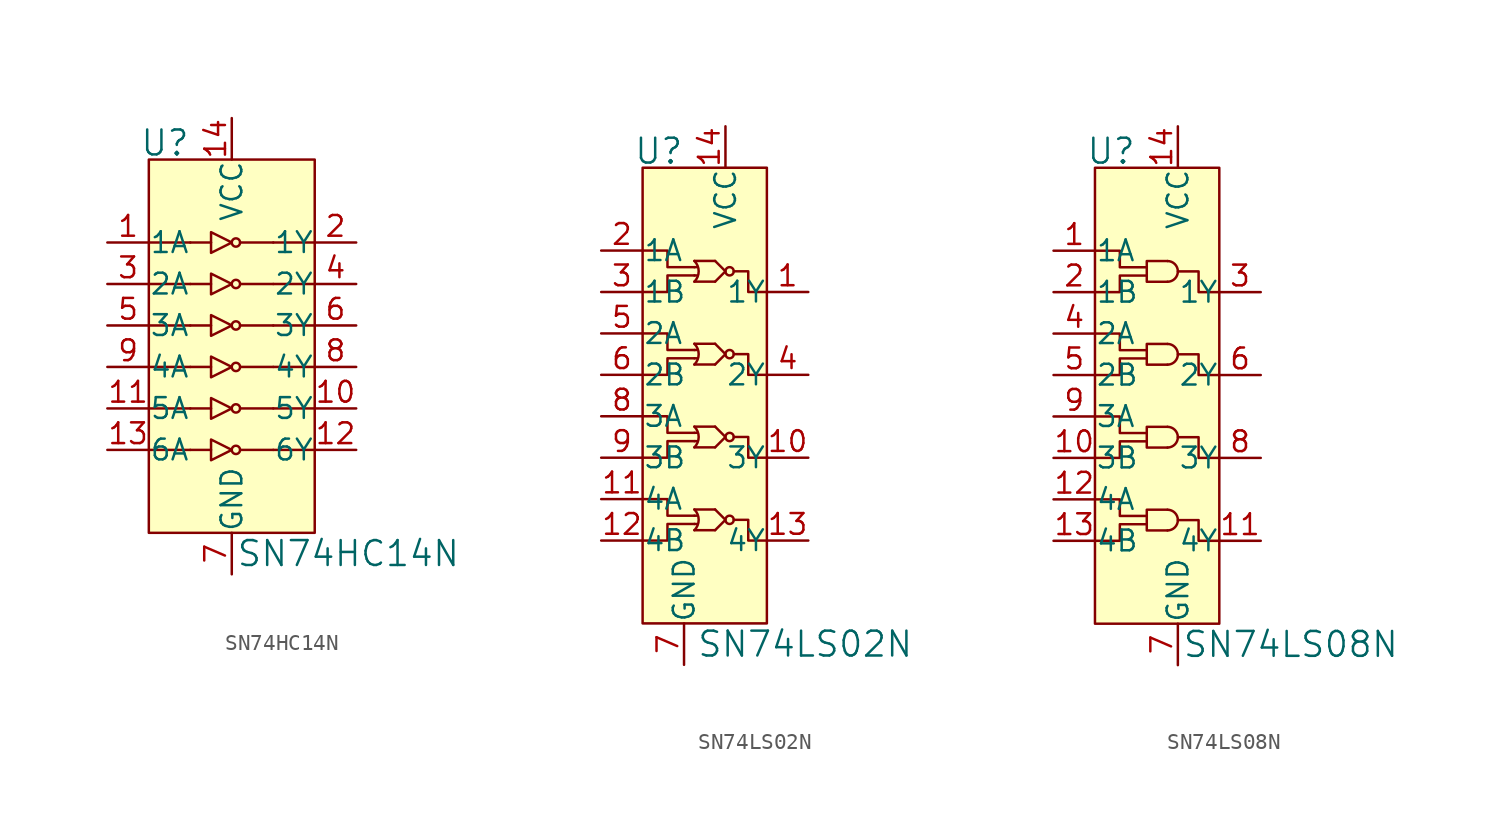
<source format=kicad_sym>
(kicad_symbol_lib
  (version 20220914)
  (generator kicad_symbol_editor)
  (symbol "SN74HC14N"
    (pin_names
      (offset 0.025))
    (property "Reference" "U"
      (at -2.54 13.716 0)
      (effects (font (size 1.524 1.524)) (justify right)))
    (property "Value" "SN74HC14N"
      (at 0.254 -11.43 0)
      (effects (font (size 1.524 1.524)) (justify left)))
    (symbol "SN74HC14N_0_1"
      (rectangle (start -5.08 12.7) (end 5.08 -10.16) (stroke (width 0) (type solid)) (fill (type background)))
      (polyline (pts (xy -2.54 -5.08) (xy -5.08 -5.08)) (stroke (width 0) (type solid)) (fill (type none)))
      (polyline (pts (xy -2.54 -2.54) (xy -5.08 -2.54)) (stroke (width 0) (type solid)) (fill (type none)))
      (polyline (pts (xy -2.54 -2.54) (xy -1.27 -2.54)) (stroke (width 0) (type solid)) (fill (type none)))
      (polyline (pts (xy -2.54 0) (xy -5.08 0)) (stroke (width 0) (type solid)) (fill (type none)))
      (polyline (pts (xy -2.54 2.54) (xy -5.08 2.54)) (stroke (width 0) (type solid)) (fill (type none)))
      (polyline (pts (xy -2.54 2.54) (xy -1.27 2.54)) (stroke (width 0) (type solid)) (fill (type none)))
      (polyline (pts (xy -2.54 5.08) (xy -5.08 5.08)) (stroke (width 0) (type solid)) (fill (type none)))
      (polyline (pts (xy -2.54 7.62) (xy -5.08 7.62)) (stroke (width 0) (type solid)) (fill (type none)))
      (polyline (pts (xy -1.27 -5.08) (xy -2.54 -5.08)) (stroke (width 0) (type solid)) (fill (type none)))
      (polyline (pts (xy -1.27 0) (xy -2.54 0)) (stroke (width 0) (type solid)) (fill (type none)))
      (polyline (pts (xy -1.27 5.08) (xy -2.54 5.08)) (stroke (width 0) (type solid)) (fill (type none)))
      (polyline (pts (xy -1.27 7.62) (xy -2.54 7.62)) (stroke (width 0) (type solid)) (fill (type none)))
      (polyline (pts (xy 0.508 -5.08) (xy 2.54 -5.08)) (stroke (width 0) (type solid)) (fill (type none)))
      (polyline (pts (xy 0.508 0) (xy 2.54 0)) (stroke (width 0) (type solid)) (fill (type none)))
      (polyline (pts (xy 0.508 2.54) (xy 2.54 2.54)) (stroke (width 0) (type solid)) (fill (type none)))
      (polyline (pts (xy 0.508 5.08) (xy 2.54 5.08)) (stroke (width 0) (type solid)) (fill (type none)))
      (polyline (pts (xy 2.54 -2.54) (xy 0.508 -2.54)) (stroke (width 0) (type solid)) (fill (type none)))
      (polyline (pts (xy 2.54 7.62) (xy 0.508 7.62)) (stroke (width 0) (type solid)) (fill (type none)))
      (polyline (pts (xy 5.08 -5.08) (xy 2.54 -5.08)) (stroke (width 0) (type solid)) (fill (type none)))
      (polyline (pts (xy 5.08 -2.54) (xy 2.54 -2.54)) (stroke (width 0) (type solid)) (fill (type none)))
      (polyline (pts (xy 5.08 0) (xy 2.54 0)) (stroke (width 0) (type solid)) (fill (type none)))
      (polyline (pts (xy 5.08 2.54) (xy 2.54 2.54)) (stroke (width 0) (type solid)) (fill (type none)))
      (polyline (pts (xy 5.08 5.08) (xy 2.54 5.08)) (stroke (width 0) (type solid)) (fill (type none)))
      (polyline (pts (xy 5.08 7.62) (xy 2.54 7.62)) (stroke (width 0) (type solid)) (fill (type none)))
      (polyline (pts (xy -1.27 -4.445) (xy -1.27 -5.715) (xy 0 -5.08) (xy -1.27 -4.445)) (stroke (width 0) (type solid)) (fill (type none)))
      (polyline (pts (xy -1.27 -1.905) (xy -1.27 -3.175) (xy 0 -2.54) (xy -1.27 -1.905)) (stroke (width 0) (type solid)) (fill (type none)))
      (polyline (pts (xy -1.27 0.635) (xy -1.27 -0.635) (xy 0 0) (xy -1.27 0.635)) (stroke (width 0) (type solid)) (fill (type none)))
      (polyline (pts (xy -1.27 3.175) (xy -1.27 1.905) (xy 0 2.54) (xy -1.27 3.175)) (stroke (width 0) (type solid)) (fill (type none)))
      (polyline (pts (xy -1.27 5.715) (xy -1.27 4.445) (xy 0 5.08) (xy -1.27 5.715)) (stroke (width 0) (type solid)) (fill (type none)))
      (polyline (pts (xy -1.27 8.255) (xy -1.27 6.985) (xy 0 7.62) (xy -1.27 8.255)) (stroke (width 0) (type solid)) (fill (type none)))
      (circle (center 0.254 -5.08) (radius 0.254) (stroke (width 0) (type solid)) (fill (type none)))
      (circle (center 0.254 -2.54) (radius 0.254) (stroke (width 0) (type solid)) (fill (type none)))
      (circle (center 0.254 0) (radius 0.254) (stroke (width 0) (type solid)) (fill (type none)))
      (circle (center 0.254 2.54) (radius 0.254) (stroke (width 0) (type solid)) (fill (type none)))
      (circle (center 0.254 5.08) (radius 0.254) (stroke (width 0) (type solid)) (fill (type none)))
      (circle (center 0.254 7.62) (radius 0.254) (stroke (width 0) (type solid)) (fill (type none))))
    (symbol "SN74HC14N_1_1"
      (pin input line (at -7.62 7.62 0) (length 2.54) (name "1A" (effects (font (size 1.27 1.27)))) (number "1" (effects (font (size 1.27 1.27)))))
      (pin output line (at 7.62 -2.54 180) (length 2.54) (name "5Y" (effects (font (size 1.27 1.27)))) (number "10" (effects (font (size 1.27 1.27)))))
      (pin input line (at -7.62 -2.54 0) (length 2.54) (name "5A" (effects (font (size 1.27 1.27)))) (number "11" (effects (font (size 1.27 1.27)))))
      (pin output line (at 7.62 -5.08 180) (length 2.54) (name "6Y" (effects (font (size 1.27 1.27)))) (number "12" (effects (font (size 1.27 1.27)))))
      (pin input line (at -7.62 -5.08 0) (length 2.54) (name "6A" (effects (font (size 1.27 1.27)))) (number "13" (effects (font (size 1.27 1.27)))))
      (pin power_in line (at 0 15.24 270) (length 2.54) (name "VCC" (effects (font (size 1.27 1.27)))) (number "14" (effects (font (size 1.27 1.27)))))
      (pin output line (at 7.62 7.62 180) (length 2.54) (name "1Y" (effects (font (size 1.27 1.27)))) (number "2" (effects (font (size 1.27 1.27)))))
      (pin input line (at -7.62 5.08 0) (length 2.54) (name "2A" (effects (font (size 1.27 1.27)))) (number "3" (effects (font (size 1.27 1.27)))))
      (pin output line (at 7.62 5.08 180) (length 2.54) (name "2Y" (effects (font (size 1.27 1.27)))) (number "4" (effects (font (size 1.27 1.27)))))
      (pin input line (at -7.62 2.54 0) (length 2.54) (name "3A" (effects (font (size 1.27 1.27)))) (number "5" (effects (font (size 1.27 1.27)))))
      (pin output line (at 7.62 2.54 180) (length 2.54) (name "3Y" (effects (font (size 1.27 1.27)))) (number "6" (effects (font (size 1.27 1.27)))))
      (pin power_in line (at 0 -12.7 90) (length 2.54) (name "GND" (effects (font (size 1.27 1.27)))) (number "7" (effects (font (size 1.27 1.27)))))
      (pin output line (at 7.62 0 180) (length 2.54) (name "4Y" (effects (font (size 1.27 1.27)))) (number "8" (effects (font (size 1.27 1.27)))))
      (pin input line (at -7.62 0 0) (length 2.54) (name "4A" (effects (font (size 1.27 1.27)))) (number "9" (effects (font (size 1.27 1.27)))))))
  (symbol "SN74LS02N"
    (pin_names
      (offset 0.025))
    (property "Reference" "U"
      (at -2.54 8.636 0)
      (effects (font (size 1.524 1.524)) (justify right)))
    (property "Value" "SN74LS02N"
      (at -1.778 -21.59 0)
      (effects (font (size 1.524 1.524)) (justify left)))
    (symbol "SN74LS02N_0_1"
      (rectangle (start -5.08 7.62) (end 2.54 -20.32) (stroke (width 0) (type solid)) (fill (type background)))
      (arc (start -1.905 -14.605) (mid -1.642 -13.97) (end -1.905 -13.335) (stroke (width 0) (type solid)) (fill (type none)))
      (arc (start -1.905 -9.525) (mid -1.642 -8.89) (end -1.905 -8.255) (stroke (width 0) (type solid)) (fill (type none)))
      (arc (start -1.905 -4.445) (mid -1.642 -3.81) (end -1.905 -3.175) (stroke (width 0) (type solid)) (fill (type none)))
      (arc (start -1.905 0.635) (mid -1.642 1.27) (end -1.905 1.905) (stroke (width 0) (type solid)) (fill (type none)))
      (polyline (pts (xy -1.905 -14.224) (xy -1.778 -14.224)) (stroke (width 0) (type solid)) (fill (type none)))
      (polyline (pts (xy -1.905 -13.716) (xy -1.778 -13.716)) (stroke (width 0) (type solid)) (fill (type none)))
      (polyline (pts (xy -1.905 -9.144) (xy -1.778 -9.144)) (stroke (width 0) (type solid)) (fill (type none)))
      (polyline (pts (xy -1.905 -8.636) (xy -1.778 -8.636)) (stroke (width 0) (type solid)) (fill (type none)))
      (polyline (pts (xy -1.905 -4.064) (xy -1.778 -4.064)) (stroke (width 0) (type solid)) (fill (type none)))
      (polyline (pts (xy -1.905 -3.556) (xy -1.778 -3.556)) (stroke (width 0) (type solid)) (fill (type none)))
      (polyline (pts (xy -1.905 1.016) (xy -1.778 1.016)) (stroke (width 0) (type solid)) (fill (type none)))
      (polyline (pts (xy -1.905 1.524) (xy -1.778 1.524)) (stroke (width 0) (type solid)) (fill (type none)))
      (polyline (pts (xy -0.635 -14.605) (xy -1.905 -14.605)) (stroke (width 0) (type solid)) (fill (type none)))
      (polyline (pts (xy -0.635 -13.335) (xy -1.905 -13.335)) (stroke (width 0) (type solid)) (fill (type none)))
      (polyline (pts (xy -0.635 -9.525) (xy -1.905 -9.525)) (stroke (width 0) (type solid)) (fill (type none)))
      (polyline (pts (xy -0.635 -8.255) (xy -1.905 -8.255)) (stroke (width 0) (type solid)) (fill (type none)))
      (polyline (pts (xy -0.635 -4.445) (xy -1.905 -4.445)) (stroke (width 0) (type solid)) (fill (type none)))
      (polyline (pts (xy -0.635 -3.175) (xy -1.905 -3.175)) (stroke (width 0) (type solid)) (fill (type none)))
      (polyline (pts (xy -0.635 0.635) (xy -1.905 0.635)) (stroke (width 0) (type solid)) (fill (type none)))
      (polyline (pts (xy -0.635 1.905) (xy -1.905 1.905)) (stroke (width 0) (type solid)) (fill (type none)))
      (polyline (pts (xy -0.635 -13.335) (xy 0 -13.97) (xy -0.635 -14.605)) (stroke (width 0) (type solid)) (fill (type none)))
      (polyline (pts (xy -0.635 -8.255) (xy 0 -8.89) (xy -0.635 -9.525)) (stroke (width 0) (type solid)) (fill (type none)))
      (polyline (pts (xy -0.635 -3.175) (xy 0 -3.81) (xy -0.635 -4.445)) (stroke (width 0) (type solid)) (fill (type none)))
      (polyline (pts (xy -0.635 1.905) (xy 0 1.27) (xy -0.635 0.635)) (stroke (width 0) (type solid)) (fill (type none)))
      (polyline (pts (xy -5.08 -15.24) (xy -3.556 -15.24) (xy -3.556 -14.224) (xy -1.905 -14.224)) (stroke (width 0) (type solid)) (fill (type none)))
      (polyline (pts (xy -5.08 -10.16) (xy -3.556 -10.16) (xy -3.556 -9.144) (xy -1.905 -9.144)) (stroke (width 0) (type solid)) (fill (type none)))
      (polyline (pts (xy -5.08 -5.08) (xy -3.556 -5.08) (xy -3.556 -4.064) (xy -1.905 -4.064)) (stroke (width 0) (type solid)) (fill (type none)))
      (polyline (pts (xy -5.08 0) (xy -3.556 0) (xy -3.556 1.016) (xy -1.905 1.016)) (stroke (width 0) (type solid)) (fill (type none)))
      (polyline (pts (xy -1.905 -13.716) (xy -3.556 -13.716) (xy -3.556 -12.7) (xy -5.08 -12.7)) (stroke (width 0) (type solid)) (fill (type none)))
      (polyline (pts (xy -1.905 -8.636) (xy -3.556 -8.636) (xy -3.556 -7.62) (xy -5.08 -7.62)) (stroke (width 0) (type solid)) (fill (type none)))
      (polyline (pts (xy -1.905 -3.556) (xy -3.556 -3.556) (xy -3.556 -2.54) (xy -5.08 -2.54)) (stroke (width 0) (type solid)) (fill (type none)))
      (polyline (pts (xy -1.905 1.524) (xy -3.556 1.524) (xy -3.556 2.54) (xy -5.08 2.54)) (stroke (width 0) (type solid)) (fill (type none)))
      (polyline (pts (xy 0.508 -13.97) (xy 1.397 -13.97) (xy 1.397 -15.24) (xy 2.54 -15.24)) (stroke (width 0) (type solid)) (fill (type none)))
      (polyline (pts (xy 0.508 -8.89) (xy 1.397 -8.89) (xy 1.397 -10.16) (xy 2.54 -10.16)) (stroke (width 0) (type solid)) (fill (type none)))
      (polyline (pts (xy 0.508 -3.81) (xy 1.397 -3.81) (xy 1.397 -5.08) (xy 2.54 -5.08)) (stroke (width 0) (type solid)) (fill (type none)))
      (polyline (pts (xy 0.508 1.27) (xy 1.397 1.27) (xy 1.397 0) (xy 2.54 0)) (stroke (width 0) (type solid)) (fill (type none)))
      (circle (center 0.254 -13.97) (radius 0.254) (stroke (width 0) (type solid)) (fill (type none)))
      (circle (center 0.254 -8.89) (radius 0.254) (stroke (width 0) (type solid)) (fill (type none)))
      (circle (center 0.254 -3.81) (radius 0.254) (stroke (width 0) (type solid)) (fill (type none)))
      (circle (center 0.254 1.27) (radius 0.254) (stroke (width 0) (type solid)) (fill (type none))))
    (symbol "SN74LS02N_1_1"
      (pin output line (at 5.08 0 180) (length 2.54) (name "1Y" (effects (font (size 1.27 1.27)))) (number "1" (effects (font (size 1.27 1.27)))))
      (pin output line (at 5.08 -10.16 180) (length 2.54) (name "3Y" (effects (font (size 1.27 1.27)))) (number "10" (effects (font (size 1.27 1.27)))))
      (pin input line (at -7.62 -12.7 0) (length 2.54) (name "4A" (effects (font (size 1.27 1.27)))) (number "11" (effects (font (size 1.27 1.27)))))
      (pin input line (at -7.62 -15.24 0) (length 2.54) (name "4B" (effects (font (size 1.27 1.27)))) (number "12" (effects (font (size 1.27 1.27)))))
      (pin output line (at 5.08 -15.24 180) (length 2.54) (name "4Y" (effects (font (size 1.27 1.27)))) (number "13" (effects (font (size 1.27 1.27)))))
      (pin power_in line (at 0 10.16 270) (length 2.54) (name "VCC" (effects (font (size 1.27 1.27)))) (number "14" (effects (font (size 1.27 1.27)))))
      (pin input line (at -7.62 2.54 0) (length 2.54) (name "1A" (effects (font (size 1.27 1.27)))) (number "2" (effects (font (size 1.27 1.27)))))
      (pin input line (at -7.62 0 0) (length 2.54) (name "1B" (effects (font (size 1.27 1.27)))) (number "3" (effects (font (size 1.27 1.27)))))
      (pin output line (at 5.08 -5.08 180) (length 2.54) (name "2Y" (effects (font (size 1.27 1.27)))) (number "4" (effects (font (size 1.27 1.27)))))
      (pin input line (at -7.62 -2.54 0) (length 2.54) (name "2A" (effects (font (size 1.27 1.27)))) (number "5" (effects (font (size 1.27 1.27)))))
      (pin input line (at -7.62 -5.08 0) (length 2.54) (name "2B" (effects (font (size 1.27 1.27)))) (number "6" (effects (font (size 1.27 1.27)))))
      (pin power_in line (at -2.54 -22.86 90) (length 2.54) (name "GND" (effects (font (size 1.27 1.27)))) (number "7" (effects (font (size 1.27 1.27)))))
      (pin input line (at -7.62 -7.62 0) (length 2.54) (name "3A" (effects (font (size 1.27 1.27)))) (number "8" (effects (font (size 1.27 1.27)))))
      (pin input line (at -7.62 -10.16 0) (length 2.54) (name "3B" (effects (font (size 1.27 1.27)))) (number "9" (effects (font (size 1.27 1.27)))))))
  (symbol "SN74LS08N"
    (pin_names
      (offset 0.025))
    (property "Reference" "U"
      (at -2.54 8.636 0)
      (effects (font (size 1.524 1.524)) (justify right)))
    (property "Value" "SN74LS08N"
      (at 0.254 -21.59 0)
      (effects (font (size 1.524 1.524)) (justify left)))
    (symbol "SN74LS08N_0_1"
      (rectangle (start -5.08 7.62) (end 2.54 -20.32) (stroke (width 0) (type solid)) (fill (type background)))
      (arc (start -0.635 -14.605) (mid -0.0027 -13.97) (end -0.635 -13.335) (stroke (width 0) (type solid)) (fill (type none)))
      (arc (start -0.635 -9.525) (mid -0.0027 -8.89) (end -0.635 -8.255) (stroke (width 0) (type solid)) (fill (type none)))
      (arc (start -0.635 -4.445) (mid -0.0027 -3.81) (end -0.635 -3.175) (stroke (width 0) (type solid)) (fill (type none)))
      (arc (start -0.635 0.635) (mid -0.0027 1.27) (end -0.635 1.905) (stroke (width 0) (type solid)) (fill (type none)))
      (polyline (pts (xy -5.08 -15.24) (xy -3.556 -15.24) (xy -3.556 -14.224) (xy -1.905 -14.224)) (stroke (width 0) (type solid)) (fill (type none)))
      (polyline (pts (xy -5.08 -10.16) (xy -3.556 -10.16) (xy -3.556 -9.144) (xy -1.905 -9.144)) (stroke (width 0) (type solid)) (fill (type none)))
      (polyline (pts (xy -5.08 -5.08) (xy -3.556 -5.08) (xy -3.556 -4.064) (xy -1.905 -4.064)) (stroke (width 0) (type solid)) (fill (type none)))
      (polyline (pts (xy -5.08 0) (xy -3.556 0) (xy -3.556 1.016) (xy -1.905 1.016)) (stroke (width 0) (type solid)) (fill (type none)))
      (polyline (pts (xy -1.905 -13.716) (xy -3.556 -13.716) (xy -3.556 -12.7) (xy -5.08 -12.7)) (stroke (width 0) (type solid)) (fill (type none)))
      (polyline (pts (xy -1.905 -8.636) (xy -3.556 -8.636) (xy -3.556 -7.62) (xy -5.08 -7.62)) (stroke (width 0) (type solid)) (fill (type none)))
      (polyline (pts (xy -1.905 -3.556) (xy -3.556 -3.556) (xy -3.556 -2.54) (xy -5.08 -2.54)) (stroke (width 0) (type solid)) (fill (type none)))
      (polyline (pts (xy -1.905 1.524) (xy -3.556 1.524) (xy -3.556 2.54) (xy -5.08 2.54)) (stroke (width 0) (type solid)) (fill (type none)))
      (polyline (pts (xy -0.635 -13.335) (xy -1.905 -13.335) (xy -1.905 -14.605) (xy -0.635 -14.605)) (stroke (width 0) (type solid)) (fill (type none)))
      (polyline (pts (xy -0.635 -8.255) (xy -1.905 -8.255) (xy -1.905 -9.525) (xy -0.635 -9.525)) (stroke (width 0) (type solid)) (fill (type none)))
      (polyline (pts (xy -0.635 -3.175) (xy -1.905 -3.175) (xy -1.905 -4.445) (xy -0.635 -4.445)) (stroke (width 0) (type solid)) (fill (type none)))
      (polyline (pts (xy -0.635 1.905) (xy -1.905 1.905) (xy -1.905 0.635) (xy -0.635 0.635)) (stroke (width 0) (type solid)) (fill (type none)))
      (polyline (pts (xy 2.54 -15.24) (xy 1.27 -15.24) (xy 1.27 -13.97) (xy 0 -13.97)) (stroke (width 0) (type solid)) (fill (type none)))
      (polyline (pts (xy 2.54 -10.16) (xy 1.27 -10.16) (xy 1.27 -8.89) (xy 0 -8.89)) (stroke (width 0) (type solid)) (fill (type none)))
      (polyline (pts (xy 2.54 -5.08) (xy 1.27 -5.08) (xy 1.27 -3.81) (xy 0 -3.81)) (stroke (width 0) (type solid)) (fill (type none)))
      (polyline (pts (xy 2.54 0) (xy 1.27 0) (xy 1.27 1.27) (xy 0 1.27)) (stroke (width 0) (type solid)) (fill (type none))))
    (symbol "SN74LS08N_1_1"
      (pin input line (at -7.62 2.54 0) (length 2.54) (name "1A" (effects (font (size 1.27 1.27)))) (number "1" (effects (font (size 1.27 1.27)))))
      (pin input line (at -7.62 -10.16 0) (length 2.54) (name "3B" (effects (font (size 1.27 1.27)))) (number "10" (effects (font (size 1.27 1.27)))))
      (pin output line (at 5.08 -15.24 180) (length 2.54) (name "4Y" (effects (font (size 1.27 1.27)))) (number "11" (effects (font (size 1.27 1.27)))))
      (pin input line (at -7.62 -12.7 0) (length 2.54) (name "4A" (effects (font (size 1.27 1.27)))) (number "12" (effects (font (size 1.27 1.27)))))
      (pin input line (at -7.62 -15.24 0) (length 2.54) (name "4B" (effects (font (size 1.27 1.27)))) (number "13" (effects (font (size 1.27 1.27)))))
      (pin power_in line (at 0 10.16 270) (length 2.54) (name "VCC" (effects (font (size 1.27 1.27)))) (number "14" (effects (font (size 1.27 1.27)))))
      (pin input line (at -7.62 0 0) (length 2.54) (name "1B" (effects (font (size 1.27 1.27)))) (number "2" (effects (font (size 1.27 1.27)))))
      (pin output line (at 5.08 0 180) (length 2.54) (name "1Y" (effects (font (size 1.27 1.27)))) (number "3" (effects (font (size 1.27 1.27)))))
      (pin input line (at -7.62 -2.54 0) (length 2.54) (name "2A" (effects (font (size 1.27 1.27)))) (number "4" (effects (font (size 1.27 1.27)))))
      (pin input line (at -7.62 -5.08 0) (length 2.54) (name "2B" (effects (font (size 1.27 1.27)))) (number "5" (effects (font (size 1.27 1.27)))))
      (pin output line (at 5.08 -5.08 180) (length 2.54) (name "2Y" (effects (font (size 1.27 1.27)))) (number "6" (effects (font (size 1.27 1.27)))))
      (pin power_in line (at 0 -22.86 90) (length 2.54) (name "GND" (effects (font (size 1.27 1.27)))) (number "7" (effects (font (size 1.27 1.27)))))
      (pin output line (at 5.08 -10.16 180) (length 2.54) (name "3Y" (effects (font (size 1.27 1.27)))) (number "8" (effects (font (size 1.27 1.27)))))
      (pin input line (at -7.62 -7.62 0) (length 2.54) (name "3A" (effects (font (size 1.27 1.27)))) (number "9" (effects (font (size 1.27 1.27))))))))
</source>
